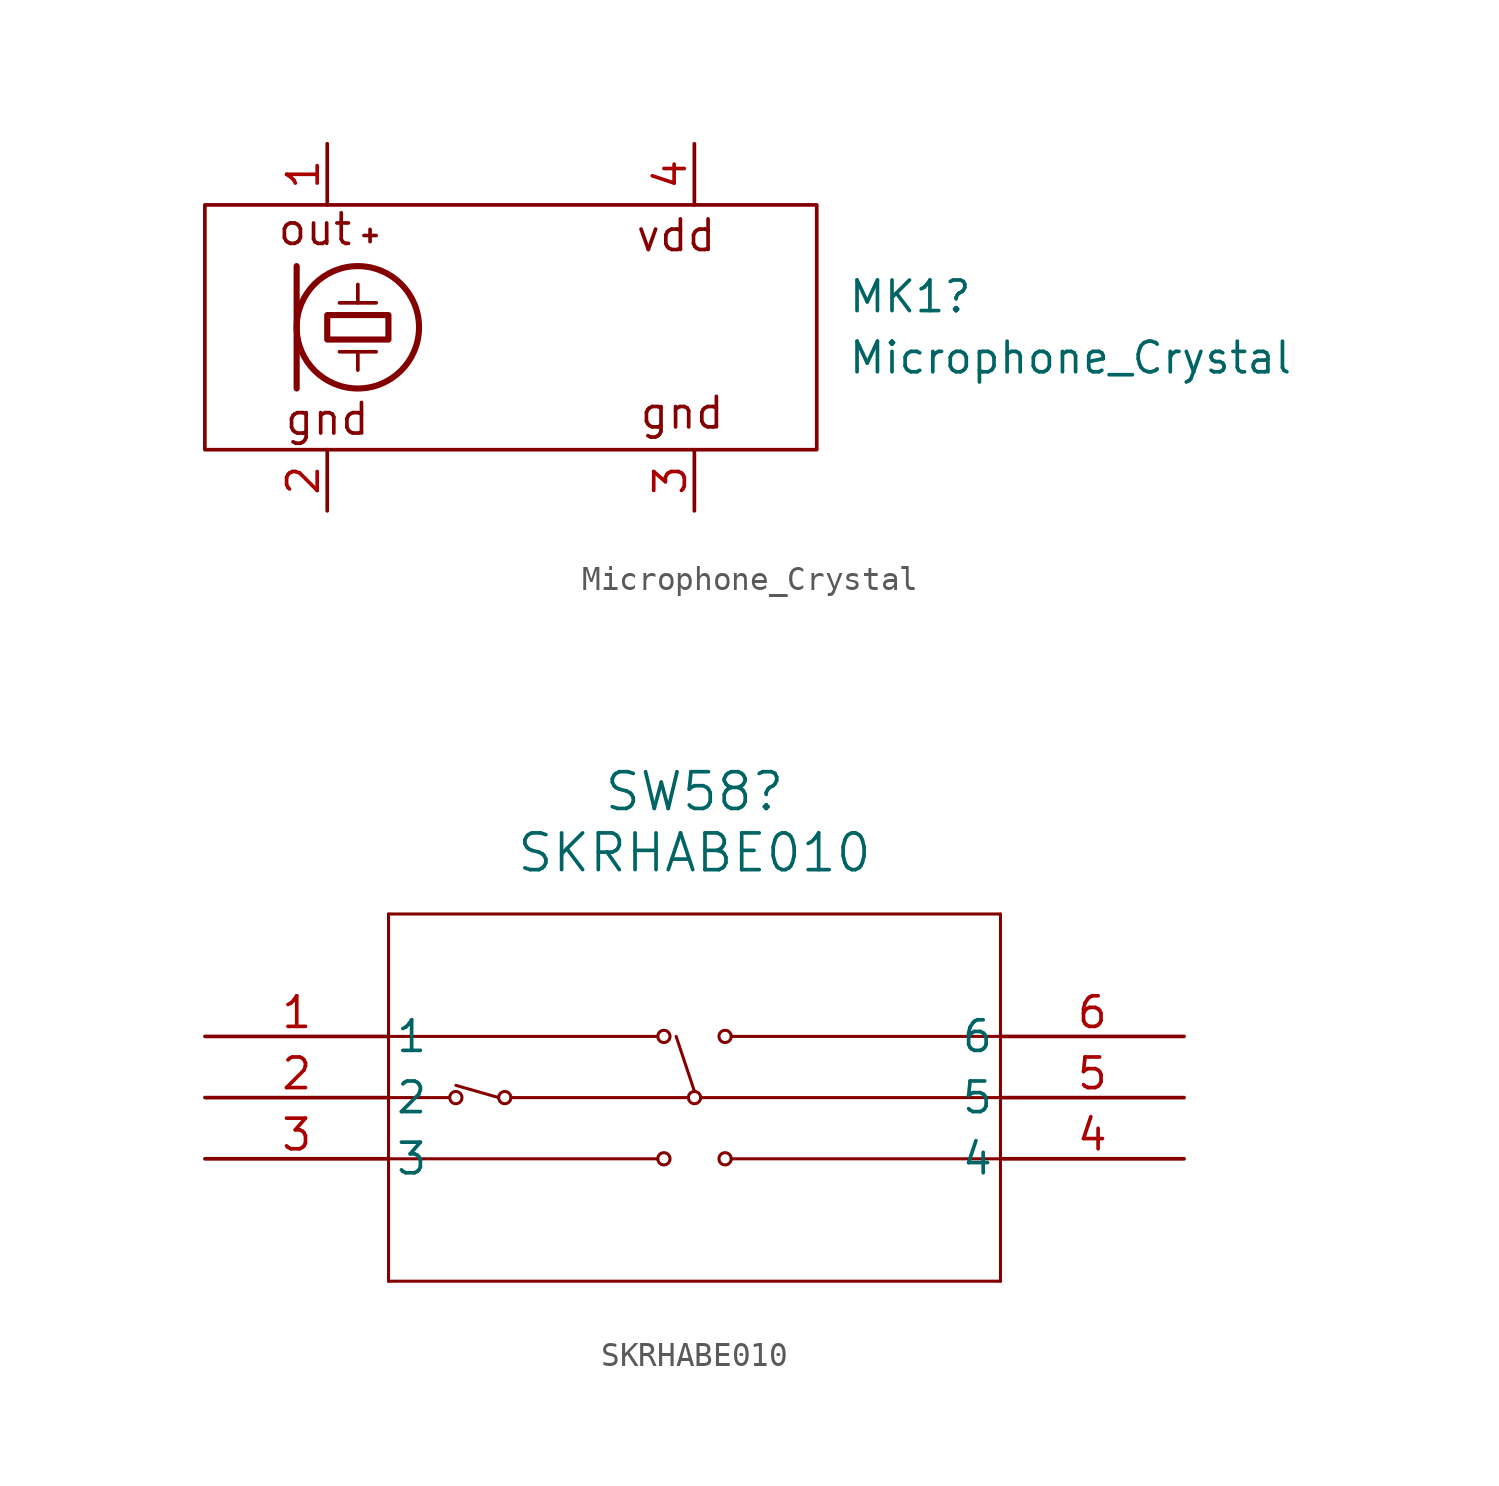
<source format=kicad_sym>
(kicad_symbol_lib
  (version 20231120)
  (generator "kicad_symbol_editor")
  (generator_version "8.0")
  (symbol "Microphone_Crystal"
    (pin_names
      (offset 0.025) hide)
    (property "Reference" "MK1"
      (at 15.24 1.273 0)
      (effects (font (size 1.27 1.27)) (justify left)))
    (property "Value" "Microphone_Crystal"
      (at 15.24 -1.267 0)
      (effects (font (size 1.27 1.27)) (justify left)))
    (symbol "Microphone_Crystal_0_1"
      (rectangle (start -11.43 5.08) (end 13.97 -5.08) (stroke (width 0) (type default)) (fill (type none)))
      (rectangle (start -6.35 0.508) (end -3.81 -0.508) (stroke (width 0.254) (type default)) (fill (type none)))
      (circle (center -5.08 0) (radius 2.54) (stroke (width 0.254) (type default)) (fill (type none)))
      (polyline (pts (xy -7.62 2.54) (xy -7.62 -2.54)) (stroke (width 0.254) (type default)) (fill (type none)))
      (polyline (pts (xy -5.842 -1.016) (xy -4.318 -1.016)) (stroke (width 0) (type default)) (fill (type none)))
      (polyline (pts (xy -5.842 1.016) (xy -4.318 1.016)) (stroke (width 0) (type default)) (fill (type none)))
      (polyline (pts (xy -5.08 -1.016) (xy -5.08 -1.778)) (stroke (width 0) (type default)) (fill (type none)))
      (polyline (pts (xy -5.08 1.016) (xy -5.08 1.778)) (stroke (width 0) (type default)) (fill (type none)))
      (polyline (pts (xy -4.826 3.81) (xy -4.318 3.81)) (stroke (width 0) (type default)) (fill (type none)))
      (polyline (pts (xy -4.572 4.064) (xy -4.572 3.556)) (stroke (width 0) (type default)) (fill (type none))))
    (symbol "Microphone_Crystal_1_1"
      (text "gnd" (at -6.35 -3.81 0) (effects (font (size 1.27 1.27))))
      (text "gnd" (at 8.382 -3.556 0) (effects (font (size 1.27 1.27))))
      (text "out" (at -6.858 4.064 0) (effects (font (size 1.27 1.27))))
      (text "vdd" (at 8.128 3.81 0) (effects (font (size 1.27 1.27))))
      (pin output line (at -6.35 7.62 270) (length 2.54) (name "+" (effects (font (size 1.27 1.27)))) (number "1" (effects (font (size 1.27 1.27)))))
      (pin power_in line (at -6.35 -7.62 90) (length 2.54) (name "-" (effects (font (size 1.27 1.27)))) (number "2" (effects (font (size 1.27 1.27)))))
      (pin power_in line (at 8.89 -7.62 90) (length 2.54) (name "-" (effects (font (size 1.27 1.27)))) (number "3" (effects (font (size 1.27 1.27)))))
      (pin power_in line (at 8.89 7.62 270) (length 2.54) (name "-" (effects (font (size 1.27 1.27)))) (number "4" (effects (font (size 1.27 1.27)))))))
  (symbol "SKRHABE010"
    (pin_names
      (offset 0.254))
    (property "Reference" "SW58"
      (at 20.32 10.16 0)
      (effects (font (size 1.524 1.524))))
    (property "Value" "SKRHABE010"
      (at 20.32 7.62 0)
      (effects (font (size 1.524 1.524))))
    (property "ki_locked" ""
      (at 0 0 0)
      (effects (font (size 1.27 1.27))))
    (symbol "SKRHABE010_0_1"
      (polyline (pts (xy 7.62 -10.16) (xy 33.02 -10.16)) (stroke (width 0.127) (type default)) (fill (type none)))
      (polyline (pts (xy 7.62 -5.08) (xy 18.796 -5.08)) (stroke (width 0.127) (type default)) (fill (type none)))
      (polyline (pts (xy 7.62 -2.54) (xy 10.16 -2.54)) (stroke (width 0.127) (type default)) (fill (type none)))
      (polyline (pts (xy 7.62 0) (xy 18.796 0)) (stroke (width 0.127) (type default)) (fill (type none)))
      (polyline (pts (xy 7.62 5.08) (xy 7.62 -10.16)) (stroke (width 0.127) (type default)) (fill (type none)))
      (polyline (pts (xy 12.192 -2.54) (xy 10.414 -2.032)) (stroke (width 0.127) (type default)) (fill (type none)))
      (polyline (pts (xy 12.7 -2.54) (xy 20.066 -2.54)) (stroke (width 0.127) (type default)) (fill (type none)))
      (polyline (pts (xy 20.32 -2.286) (xy 19.558 0)) (stroke (width 0.127) (type default)) (fill (type none)))
      (polyline (pts (xy 20.574 -2.54) (xy 33.02 -2.54)) (stroke (width 0.127) (type default)) (fill (type none)))
      (polyline (pts (xy 33.02 -10.16) (xy 33.02 5.08)) (stroke (width 0.127) (type default)) (fill (type none)))
      (polyline (pts (xy 33.02 -5.08) (xy 21.844 -5.08)) (stroke (width 0.127) (type default)) (fill (type none)))
      (polyline (pts (xy 33.02 0) (xy 21.844 0)) (stroke (width 0.127) (type default)) (fill (type none)))
      (polyline (pts (xy 33.02 5.08) (xy 7.62 5.08)) (stroke (width 0.127) (type default)) (fill (type none)))
      (circle (center 10.414 -2.54) (radius 0.254) (stroke (width 0.127) (type default)) (fill (type none)))
      (circle (center 12.446 -2.54) (radius 0.254) (stroke (width 0.127) (type default)) (fill (type none)))
      (circle (center 19.05 -5.08) (radius 0.254) (stroke (width 0.127) (type default)) (fill (type none)))
      (circle (center 19.05 0) (radius 0.254) (stroke (width 0.127) (type default)) (fill (type none)))
      (circle (center 20.32 -2.54) (radius 0.254) (stroke (width 0.127) (type default)) (fill (type none)))
      (circle (center 21.59 -5.08) (radius 0.254) (stroke (width 0.127) (type default)) (fill (type none)))
      (circle (center 21.59 0) (radius 0.254) (stroke (width 0.127) (type default)) (fill (type none)))
      (pin unspecified line (at 0 0 0) (length 7.62) (name "1" (effects (font (size 1.27 1.27)))) (number "1" (effects (font (size 1.27 1.27)))))
      (pin unspecified line (at 0 -2.54 0) (length 7.62) (name "2" (effects (font (size 1.27 1.27)))) (number "2" (effects (font (size 1.27 1.27)))))
      (pin unspecified line (at 0 -5.08 0) (length 7.62) (name "3" (effects (font (size 1.27 1.27)))) (number "3" (effects (font (size 1.27 1.27)))))
      (pin unspecified line (at 40.64 -5.08 180) (length 7.62) (name "4" (effects (font (size 1.27 1.27)))) (number "4" (effects (font (size 1.27 1.27)))))
      (pin unspecified line (at 40.64 -2.54 180) (length 7.62) (name "5" (effects (font (size 1.27 1.27)))) (number "5" (effects (font (size 1.27 1.27)))))
      (pin unspecified line (at 40.64 0 180) (length 7.62) (name "6" (effects (font (size 1.27 1.27)))) (number "6" (effects (font (size 1.27 1.27))))))))
</source>
